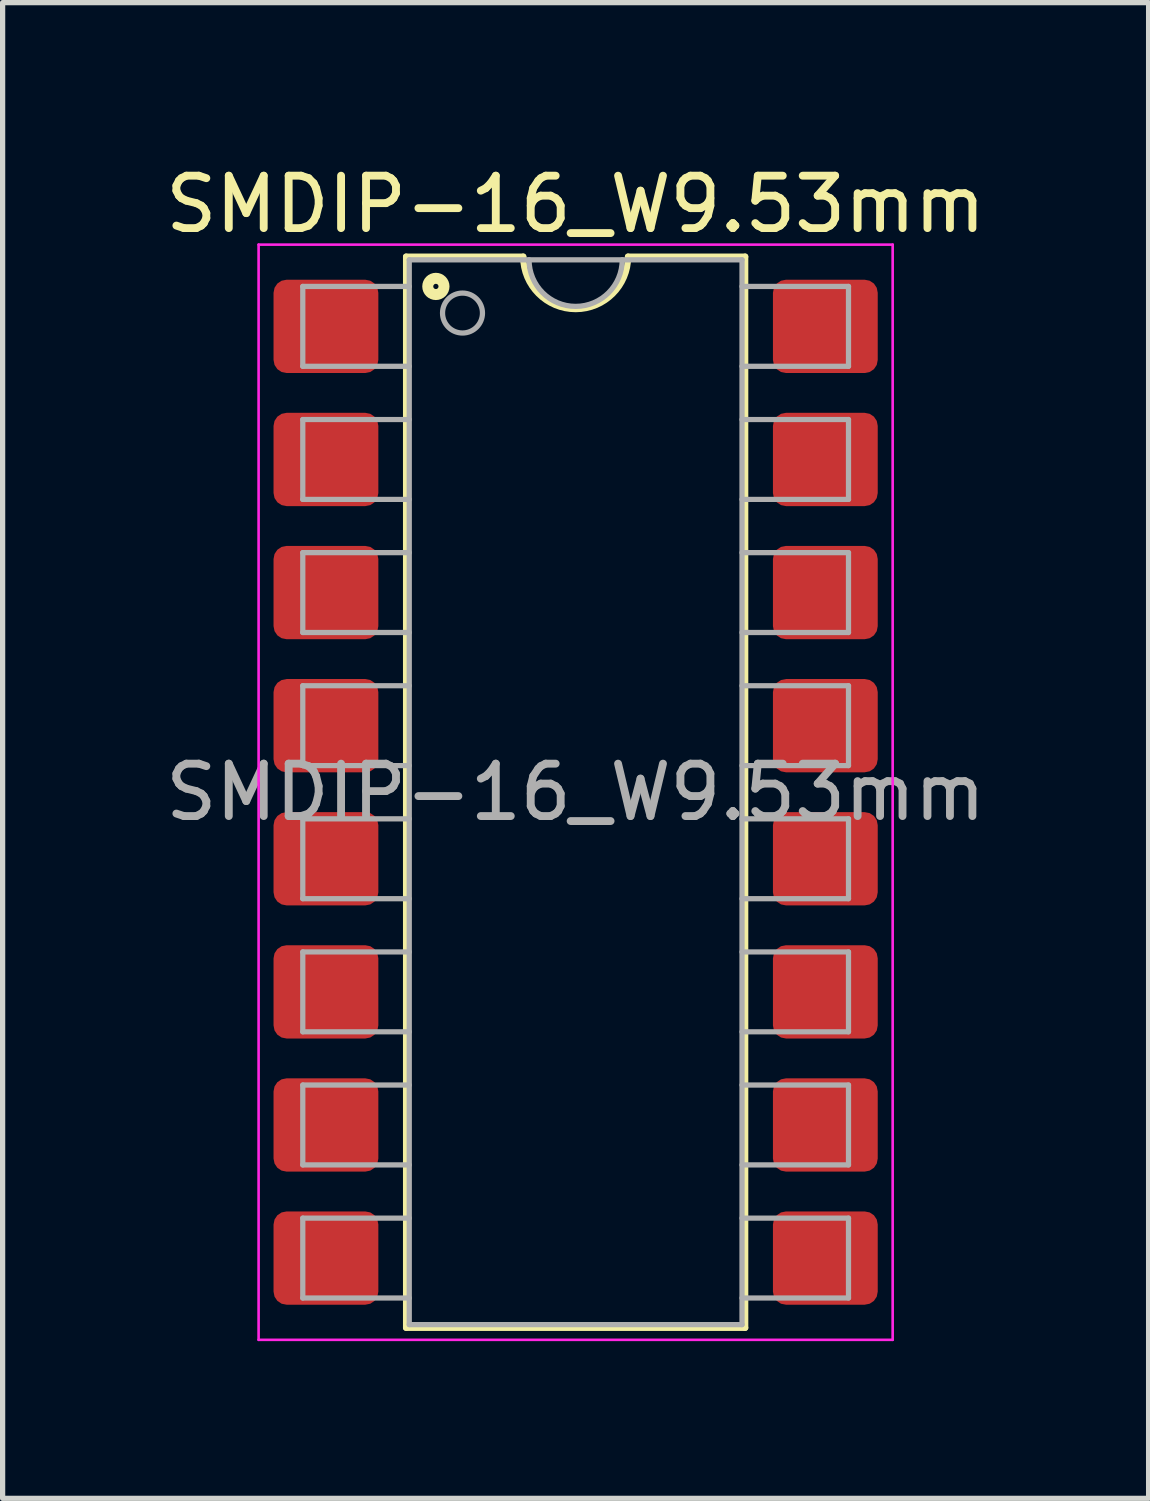
<source format=kicad_pcb>
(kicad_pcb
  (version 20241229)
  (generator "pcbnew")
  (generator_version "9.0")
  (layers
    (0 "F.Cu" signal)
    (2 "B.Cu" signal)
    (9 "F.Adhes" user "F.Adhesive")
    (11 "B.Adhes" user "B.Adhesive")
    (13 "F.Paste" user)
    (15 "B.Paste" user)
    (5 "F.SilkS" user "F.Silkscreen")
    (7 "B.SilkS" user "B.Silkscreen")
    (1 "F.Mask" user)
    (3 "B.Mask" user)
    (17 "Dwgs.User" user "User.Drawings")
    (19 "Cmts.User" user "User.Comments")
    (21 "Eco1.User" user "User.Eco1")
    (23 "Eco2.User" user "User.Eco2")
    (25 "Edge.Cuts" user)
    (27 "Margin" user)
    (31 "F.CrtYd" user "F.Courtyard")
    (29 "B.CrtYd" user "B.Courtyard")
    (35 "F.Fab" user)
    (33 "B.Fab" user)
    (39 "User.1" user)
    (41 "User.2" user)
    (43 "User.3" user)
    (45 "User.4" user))
  (footprint "SMDIP-16_W9.53mm"
    (layer "F.Cu")
    (at 7.935 12.068)
    (property "Reference" "SMDIP-16_W9.53mm" (at 0 -11.22 0) (layer "F.SilkS") (effects (font (size 1 1) (thickness 0.15))))
    (attr smd)
    (fp_line (start -3.235 -10.22) (end -3.235 10.22) (stroke (width 0.12) (type solid)) (layer "F.SilkS"))
    (fp_line (start -3.235 10.22) (end 3.235 10.22) (stroke (width 0.12) (type solid)) (layer "F.SilkS"))
    (fp_line (start -1 -10.22) (end -3.235 -10.22) (stroke (width 0.12) (type solid)) (layer "F.SilkS"))
    (fp_line (start 3.235 -10.22) (end 1 -10.22) (stroke (width 0.12) (type solid)) (layer "F.SilkS"))
    (fp_line (start 3.235 10.22) (end 3.235 -10.22) (stroke (width 0.12) (type solid)) (layer "F.SilkS"))
    (fp_arc (start 1 -10.22) (mid 0 -9.22) (end -1 -10.22) (stroke (width 0.12) (type solid)) (layer "F.SilkS"))
    (fp_circle (center -2.667 -9.652) (end -2.617 -9.652) (stroke (width 0.12) (type solid)) (fill no) (layer "F.SilkS"))
    (fp_circle (center -2.667 -9.652) (end -2.542 -9.652) (stroke (width 0.12) (type solid)) (fill no) (layer "F.SilkS"))
    (fp_circle (center -2.667 -9.652) (end -2.467 -9.652) (stroke (width 0.12) (type solid)) (fill no) (layer "F.SilkS"))
    (fp_line (start -6.05 -10.45) (end -6.05 10.45) (stroke (width 0.05) (type solid)) (layer "F.CrtYd"))
    (fp_line (start -6.05 10.45) (end 6.05 10.45) (stroke (width 0.05) (type solid)) (layer "F.CrtYd"))
    (fp_line (start 6.05 -10.45) (end -6.05 -10.45) (stroke (width 0.05) (type solid)) (layer "F.CrtYd"))
    (fp_line (start 6.05 10.45) (end 6.05 -10.45) (stroke (width 0.05) (type solid)) (layer "F.CrtYd"))
    (fp_line (start -5.207 -9.652) (end -5.207 -8.128) (stroke (width 0.1) (type solid)) (layer "F.Fab"))
    (fp_line (start -5.207 -9.652) (end -3.175 -9.652) (stroke (width 0.1) (type solid)) (layer "F.Fab"))
    (fp_line (start -5.207 -8.128) (end -3.175 -8.128) (stroke (width 0.1) (type solid)) (layer "F.Fab"))
    (fp_line (start -5.207 -7.112) (end -5.207 -5.588) (stroke (width 0.1) (type solid)) (layer "F.Fab"))
    (fp_line (start -5.207 -7.112) (end -3.175 -7.112) (stroke (width 0.1) (type solid)) (layer "F.Fab"))
    (fp_line (start -5.207 -5.588) (end -3.175 -5.588) (stroke (width 0.1) (type solid)) (layer "F.Fab"))
    (fp_line (start -5.207 -4.572) (end -5.207 -3.048) (stroke (width 0.1) (type solid)) (layer "F.Fab"))
    (fp_line (start -5.207 -4.572) (end -3.175 -4.572) (stroke (width 0.1) (type solid)) (layer "F.Fab"))
    (fp_line (start -5.207 -3.048) (end -3.175 -3.048) (stroke (width 0.1) (type solid)) (layer "F.Fab"))
    (fp_line (start -5.207 -2.032) (end -5.207 -0.508) (stroke (width 0.1) (type solid)) (layer "F.Fab"))
    (fp_line (start -5.207 -2.032) (end -3.175 -2.032) (stroke (width 0.1) (type solid)) (layer "F.Fab"))
    (fp_line (start -5.207 -0.508) (end -3.175 -0.508) (stroke (width 0.1) (type solid)) (layer "F.Fab"))
    (fp_line (start -5.207 0.508) (end -5.207 2.032) (stroke (width 0.1) (type solid)) (layer "F.Fab"))
    (fp_line (start -5.207 0.508) (end -3.175 0.508) (stroke (width 0.1) (type solid)) (layer "F.Fab"))
    (fp_line (start -5.207 2.032) (end -3.175 2.032) (stroke (width 0.1) (type solid)) (layer "F.Fab"))
    (fp_line (start -5.207 3.048) (end -5.207 4.572) (stroke (width 0.1) (type solid)) (layer "F.Fab"))
    (fp_line (start -5.207 3.048) (end -3.175 3.048) (stroke (width 0.1) (type solid)) (layer "F.Fab"))
    (fp_line (start -5.207 4.572) (end -3.175 4.572) (stroke (width 0.1) (type solid)) (layer "F.Fab"))
    (fp_line (start -5.207 5.588) (end -5.207 7.112) (stroke (width 0.1) (type solid)) (layer "F.Fab"))
    (fp_line (start -5.207 5.588) (end -3.175 5.588) (stroke (width 0.1) (type solid)) (layer "F.Fab"))
    (fp_line (start -5.207 7.112) (end -3.175 7.112) (stroke (width 0.1) (type solid)) (layer "F.Fab"))
    (fp_line (start -5.207 8.128) (end -5.207 9.652) (stroke (width 0.1) (type solid)) (layer "F.Fab"))
    (fp_line (start -5.207 8.128) (end -3.175 8.128) (stroke (width 0.1) (type solid)) (layer "F.Fab"))
    (fp_line (start -5.207 9.652) (end -3.175 9.652) (stroke (width 0.1) (type solid)) (layer "F.Fab"))
    (fp_line (start -3.175 -10.16) (end 3.175 -10.16) (stroke (width 0.1) (type solid)) (layer "F.Fab"))
    (fp_line (start -3.175 10.16) (end -3.175 -10.16) (stroke (width 0.1) (type solid)) (layer "F.Fab"))
    (fp_line (start 3.175 -10.16) (end 3.175 10.16) (stroke (width 0.1) (type solid)) (layer "F.Fab"))
    (fp_line (start 3.175 10.16) (end -3.175 10.16) (stroke (width 0.1) (type solid)) (layer "F.Fab"))
    (fp_line (start 5.207 -9.652) (end 3.175 -9.652) (stroke (width 0.1) (type solid)) (layer "F.Fab"))
    (fp_line (start 5.207 -8.128) (end 3.175 -8.128) (stroke (width 0.1) (type solid)) (layer "F.Fab"))
    (fp_line (start 5.207 -8.128) (end 5.207 -9.652) (stroke (width 0.1) (type solid)) (layer "F.Fab"))
    (fp_line (start 5.207 -7.112) (end 3.175 -7.112) (stroke (width 0.1) (type solid)) (layer "F.Fab"))
    (fp_line (start 5.207 -5.588) (end 3.175 -5.588) (stroke (width 0.1) (type solid)) (layer "F.Fab"))
    (fp_line (start 5.207 -5.588) (end 5.207 -7.112) (stroke (width 0.1) (type solid)) (layer "F.Fab"))
    (fp_line (start 5.207 -4.572) (end 3.175 -4.572) (stroke (width 0.1) (type solid)) (layer "F.Fab"))
    (fp_line (start 5.207 -3.048) (end 3.175 -3.048) (stroke (width 0.1) (type solid)) (layer "F.Fab"))
    (fp_line (start 5.207 -3.048) (end 5.207 -4.572) (stroke (width 0.1) (type solid)) (layer "F.Fab"))
    (fp_line (start 5.207 -2.032) (end 3.175 -2.032) (stroke (width 0.1) (type solid)) (layer "F.Fab"))
    (fp_line (start 5.207 -0.508) (end 3.175 -0.508) (stroke (width 0.1) (type solid)) (layer "F.Fab"))
    (fp_line (start 5.207 -0.508) (end 5.207 -2.032) (stroke (width 0.1) (type solid)) (layer "F.Fab"))
    (fp_line (start 5.207 0.508) (end 3.175 0.508) (stroke (width 0.1) (type solid)) (layer "F.Fab"))
    (fp_line (start 5.207 2.032) (end 3.175 2.032) (stroke (width 0.1) (type solid)) (layer "F.Fab"))
    (fp_line (start 5.207 2.032) (end 5.207 0.508) (stroke (width 0.1) (type solid)) (layer "F.Fab"))
    (fp_line (start 5.207 3.048) (end 3.175 3.048) (stroke (width 0.1) (type solid)) (layer "F.Fab"))
    (fp_line (start 5.207 4.572) (end 3.175 4.572) (stroke (width 0.1) (type solid)) (layer "F.Fab"))
    (fp_line (start 5.207 4.572) (end 5.207 3.048) (stroke (width 0.1) (type solid)) (layer "F.Fab"))
    (fp_line (start 5.207 5.588) (end 3.175 5.588) (stroke (width 0.1) (type solid)) (layer "F.Fab"))
    (fp_line (start 5.207 7.112) (end 3.175 7.112) (stroke (width 0.1) (type solid)) (layer "F.Fab"))
    (fp_line (start 5.207 7.112) (end 5.207 5.588) (stroke (width 0.1) (type solid)) (layer "F.Fab"))
    (fp_line (start 5.207 8.128) (end 3.175 8.128) (stroke (width 0.1) (type solid)) (layer "F.Fab"))
    (fp_line (start 5.207 9.652) (end 3.175 9.652) (stroke (width 0.1) (type solid)) (layer "F.Fab"))
    (fp_line (start 5.207 9.652) (end 5.207 8.128) (stroke (width 0.1) (type solid)) (layer "F.Fab"))
    (fp_arc (start 0.889 -10.16) (mid 0 -9.271) (end -0.889 -10.16) (stroke (width 0.1) (type solid)) (layer "F.Fab"))
    (fp_circle (center -2.159 -9.144) (end -1.778 -9.144) (stroke (width 0.1) (type solid)) (fill no) (layer "F.Fab"))
    (fp_text user "${REFERENCE}" (at 0 0 0) (layer "F.Fab") (effects (font (size 1 1) (thickness 0.15))))
    (pad "1" smd roundrect (at -4.765 -8.89) (size 2 1.78) (layers "F.Cu" "F.Mask" "F.Paste") (roundrect_rratio 0.14))
    (pad "2" smd roundrect (at -4.765 -6.35) (size 2 1.78) (layers "F.Cu" "F.Mask" "F.Paste") (roundrect_rratio 0.14))
    (pad "3" smd roundrect (at -4.765 -3.81) (size 2 1.78) (layers "F.Cu" "F.Mask" "F.Paste") (roundrect_rratio 0.14))
    (pad "4" smd roundrect (at -4.765 -1.27) (size 2 1.78) (layers "F.Cu" "F.Mask" "F.Paste") (roundrect_rratio 0.14))
    (pad "5" smd roundrect (at -4.765 1.27) (size 2 1.78) (layers "F.Cu" "F.Mask" "F.Paste") (roundrect_rratio 0.14))
    (pad "6" smd roundrect (at -4.765 3.81) (size 2 1.78) (layers "F.Cu" "F.Mask" "F.Paste") (roundrect_rratio 0.14))
    (pad "7" smd roundrect (at -4.765 6.35) (size 2 1.78) (layers "F.Cu" "F.Mask" "F.Paste") (roundrect_rratio 0.14))
    (pad "8" smd roundrect (at -4.765 8.89) (size 2 1.78) (layers "F.Cu" "F.Mask" "F.Paste") (roundrect_rratio 0.14))
    (pad "9" smd roundrect (at 4.765 8.89) (size 2 1.78) (layers "F.Cu" "F.Mask" "F.Paste") (roundrect_rratio 0.14))
    (pad "10" smd roundrect (at 4.765 6.35) (size 2 1.78) (layers "F.Cu" "F.Mask" "F.Paste") (roundrect_rratio 0.14))
    (pad "11" smd roundrect (at 4.765 3.81) (size 2 1.78) (layers "F.Cu" "F.Mask" "F.Paste") (roundrect_rratio 0.14))
    (pad "12" smd roundrect (at 4.765 1.27) (size 2 1.78) (layers "F.Cu" "F.Mask" "F.Paste") (roundrect_rratio 0.14))
    (pad "13" smd roundrect (at 4.765 -1.27) (size 2 1.78) (layers "F.Cu" "F.Mask" "F.Paste") (roundrect_rratio 0.14))
    (pad "14" smd roundrect (at 4.765 -3.81) (size 2 1.78) (layers "F.Cu" "F.Mask" "F.Paste") (roundrect_rratio 0.14))
    (pad "15" smd roundrect (at 4.765 -6.35) (size 2 1.78) (layers "F.Cu" "F.Mask" "F.Paste") (roundrect_rratio 0.14))
    (pad "16" smd roundrect (at 4.765 -8.89) (size 2 1.78) (layers "F.Cu" "F.Mask" "F.Paste") (roundrect_rratio 0.14)))
  (gr_rect
    (start -3 -3)
    (end 18.869 25.543)
    (stroke (width 0.1) (type default))
    (fill no)
    (layer "Edge.Cuts")))
</source>
